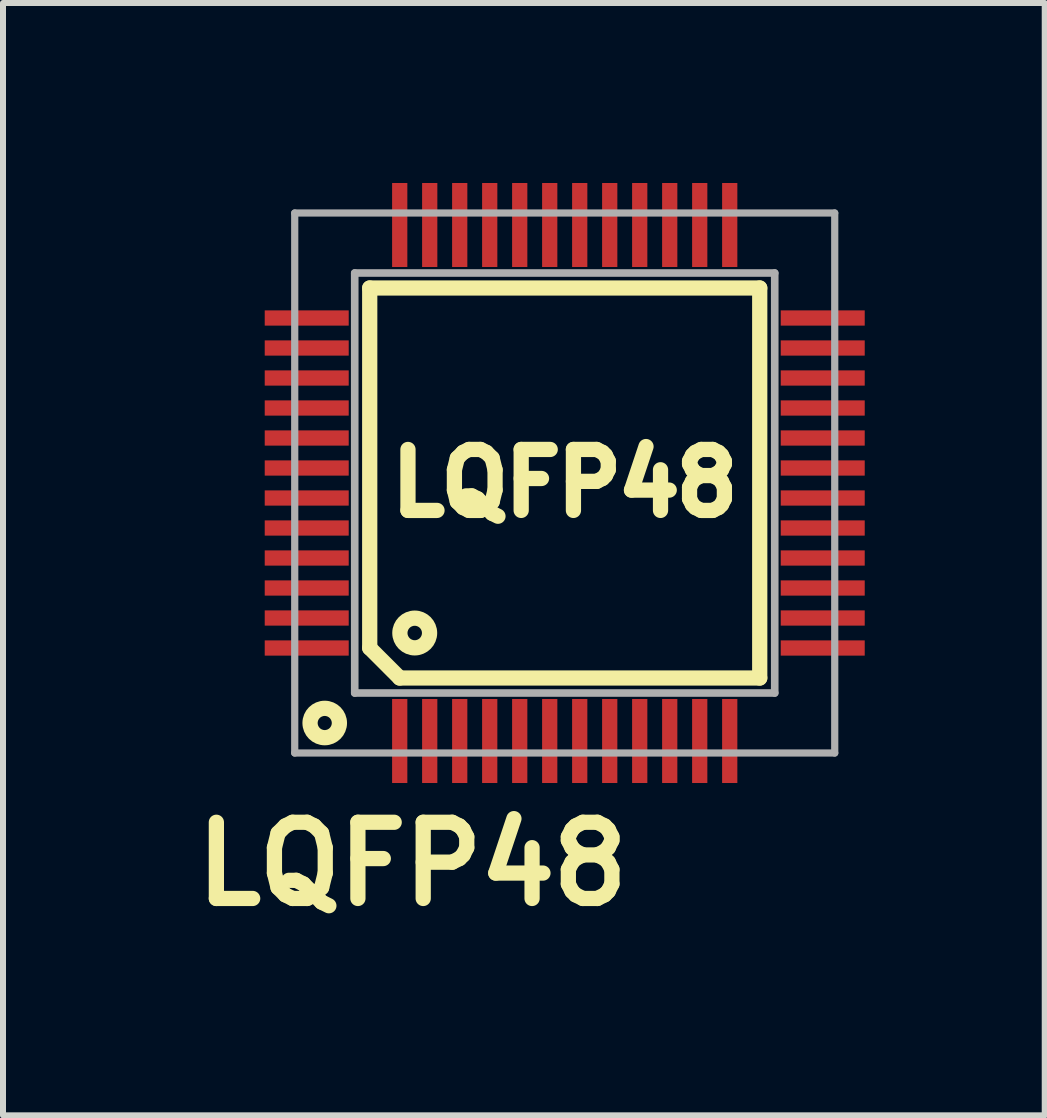
<source format=kicad_pcb>
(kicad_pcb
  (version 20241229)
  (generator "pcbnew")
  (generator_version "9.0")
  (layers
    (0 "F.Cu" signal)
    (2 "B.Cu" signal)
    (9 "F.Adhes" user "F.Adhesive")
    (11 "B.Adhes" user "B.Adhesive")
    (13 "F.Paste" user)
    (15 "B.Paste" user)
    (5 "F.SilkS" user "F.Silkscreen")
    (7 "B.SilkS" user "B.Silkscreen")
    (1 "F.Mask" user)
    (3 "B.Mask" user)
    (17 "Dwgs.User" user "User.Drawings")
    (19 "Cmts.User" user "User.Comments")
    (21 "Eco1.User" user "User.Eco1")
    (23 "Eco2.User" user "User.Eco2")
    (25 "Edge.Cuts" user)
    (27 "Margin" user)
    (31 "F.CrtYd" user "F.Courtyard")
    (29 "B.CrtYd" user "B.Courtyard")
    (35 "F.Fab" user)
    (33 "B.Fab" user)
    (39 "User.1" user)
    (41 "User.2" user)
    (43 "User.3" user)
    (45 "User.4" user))
  (footprint "LQFP48"
    (layer "F.Cu")
    (at 6.362 5)
    (property "Reference" "LQFP48" (at -2.54 6.35 0) (layer "F.SilkS") (effects (font (size 1.27 1.27) (thickness 0.254))))
    (attr smd)
    (fp_line (start -3.25 -3.25) (end -3.25 2.75) (stroke (width 0.254) (type solid)) (layer "F.SilkS"))
    (fp_line (start -3.25 2.75) (end -2.75 3.25) (stroke (width 0.254) (type solid)) (layer "F.SilkS"))
    (fp_line (start -2.75 3.25) (end 3.25 3.25) (stroke (width 0.254) (type solid)) (layer "F.SilkS"))
    (fp_line (start 3.25 -3.25) (end -3.25 -3.25) (stroke (width 0.254) (type solid)) (layer "F.SilkS"))
    (fp_line (start 3.25 3.25) (end 3.25 -3.25) (stroke (width 0.254) (type solid)) (layer "F.SilkS"))
    (fp_circle (center -4 4) (end -4.173 4.173) (stroke (width 0.254) (type solid)) (fill no) (layer "F.SilkS"))
    (fp_circle (center -2.5 2.5) (end -2.675 2.675) (stroke (width 0.254) (type solid)) (fill no) (layer "F.SilkS"))
    (fp_line (start -4.5 -4.5) (end 4.5 -4.5) (stroke (width 0.12) (type solid)) (layer "F.Fab"))
    (fp_line (start -4.5 4.5) (end -4.5 -4.5) (stroke (width 0.12) (type solid)) (layer "F.Fab"))
    (fp_line (start -4.5 4.5) (end 4.5 4.5) (stroke (width 0.12) (type solid)) (layer "F.Fab"))
    (fp_line (start -3.5 -3.5) (end -3.5 3.5) (stroke (width 0.127) (type solid)) (layer "F.Fab"))
    (fp_line (start -3.5 -3.5) (end 3.5 -3.5) (stroke (width 0.127) (type solid)) (layer "F.Fab"))
    (fp_line (start 3.5 -3.5) (end 3.5 3.5) (stroke (width 0.127) (type solid)) (layer "F.Fab"))
    (fp_line (start 3.5 3.5) (end -3.5 3.5) (stroke (width 0.127) (type solid)) (layer "F.Fab"))
    (fp_line (start 4.5 4.5) (end 4.5 -4.5) (stroke (width 0.12) (type solid)) (layer "F.Fab"))
    (fp_text user "LQFP48" (at 0 0 0) (layer "F.SilkS") (effects (font (size 1.016 1.016) (thickness 0.254))))
    (pad "1" smd rect (at -2.75 4.3 90) (size 1.4 0.254) (layers "F.Cu" "F.Mask" "F.Paste"))
    (pad "2" smd rect (at -2.25 4.3 90) (size 1.4 0.254) (layers "F.Cu" "F.Mask" "F.Paste"))
    (pad "3" smd rect (at -1.75 4.3 90) (size 1.4 0.254) (layers "F.Cu" "F.Mask" "F.Paste"))
    (pad "4" smd rect (at -1.25 4.3 90) (size 1.4 0.254) (layers "F.Cu" "F.Mask" "F.Paste"))
    (pad "5" smd rect (at -0.75 4.3 90) (size 1.4 0.254) (layers "F.Cu" "F.Mask" "F.Paste"))
    (pad "6" smd rect (at -0.25 4.3 90) (size 1.4 0.254) (layers "F.Cu" "F.Mask" "F.Paste"))
    (pad "7" smd rect (at 0.25 4.3 90) (size 1.4 0.254) (layers "F.Cu" "F.Mask" "F.Paste"))
    (pad "8" smd rect (at 0.75 4.3 90) (size 1.4 0.254) (layers "F.Cu" "F.Mask" "F.Paste"))
    (pad "9" smd rect (at 1.25 4.3 90) (size 1.4 0.254) (layers "F.Cu" "F.Mask" "F.Paste"))
    (pad "10" smd rect (at 1.75 4.3 90) (size 1.4 0.254) (layers "F.Cu" "F.Mask" "F.Paste"))
    (pad "11" smd rect (at 2.25 4.3 90) (size 1.4 0.254) (layers "F.Cu" "F.Mask" "F.Paste"))
    (pad "12" smd rect (at 2.75 4.3 90) (size 1.4 0.254) (layers "F.Cu" "F.Mask" "F.Paste"))
    (pad "13" smd rect (at 4.3 2.75 180) (size 1.4 0.254) (layers "F.Cu" "F.Mask" "F.Paste"))
    (pad "14" smd rect (at 4.3 2.25 180) (size 1.4 0.254) (layers "F.Cu" "F.Mask" "F.Paste"))
    (pad "15" smd rect (at 4.3 1.75 180) (size 1.4 0.254) (layers "F.Cu" "F.Mask" "F.Paste"))
    (pad "16" smd rect (at 4.3 1.25 180) (size 1.4 0.254) (layers "F.Cu" "F.Mask" "F.Paste"))
    (pad "17" smd rect (at 4.3 0.75 180) (size 1.4 0.254) (layers "F.Cu" "F.Mask" "F.Paste"))
    (pad "18" smd rect (at 4.3 0.25 180) (size 1.4 0.254) (layers "F.Cu" "F.Mask" "F.Paste"))
    (pad "19" smd rect (at 4.3 -0.25 180) (size 1.4 0.254) (layers "F.Cu" "F.Mask" "F.Paste"))
    (pad "20" smd rect (at 4.3 -0.75 180) (size 1.4 0.254) (layers "F.Cu" "F.Mask" "F.Paste"))
    (pad "21" smd rect (at 4.3 -1.25 180) (size 1.4 0.254) (layers "F.Cu" "F.Mask" "F.Paste"))
    (pad "22" smd rect (at 4.3 -1.75 180) (size 1.4 0.254) (layers "F.Cu" "F.Mask" "F.Paste"))
    (pad "23" smd rect (at 4.3 -2.25 180) (size 1.4 0.254) (layers "F.Cu" "F.Mask" "F.Paste"))
    (pad "24" smd rect (at 4.3 -2.75 180) (size 1.4 0.254) (layers "F.Cu" "F.Mask" "F.Paste"))
    (pad "25" smd rect (at 2.75 -4.3 270) (size 1.4 0.254) (layers "F.Cu" "F.Mask" "F.Paste"))
    (pad "26" smd rect (at 2.25 -4.3 270) (size 1.4 0.254) (layers "F.Cu" "F.Mask" "F.Paste"))
    (pad "27" smd rect (at 1.75 -4.3 270) (size 1.4 0.254) (layers "F.Cu" "F.Mask" "F.Paste"))
    (pad "28" smd rect (at 1.25 -4.3 270) (size 1.4 0.254) (layers "F.Cu" "F.Mask" "F.Paste"))
    (pad "29" smd rect (at 0.75 -4.3 270) (size 1.4 0.254) (layers "F.Cu" "F.Mask" "F.Paste"))
    (pad "30" smd rect (at 0.25 -4.3 270) (size 1.4 0.254) (layers "F.Cu" "F.Mask" "F.Paste"))
    (pad "31" smd rect (at -0.25 -4.3 270) (size 1.4 0.254) (layers "F.Cu" "F.Mask" "F.Paste"))
    (pad "32" smd rect (at -0.75 -4.3 270) (size 1.4 0.254) (layers "F.Cu" "F.Mask" "F.Paste"))
    (pad "33" smd rect (at -1.25 -4.3 270) (size 1.4 0.254) (layers "F.Cu" "F.Mask" "F.Paste"))
    (pad "34" smd rect (at -1.75 -4.3 270) (size 1.4 0.254) (layers "F.Cu" "F.Mask" "F.Paste"))
    (pad "35" smd rect (at -2.25 -4.3 270) (size 1.4 0.254) (layers "F.Cu" "F.Mask" "F.Paste"))
    (pad "36" smd rect (at -2.75 -4.3 270) (size 1.4 0.254) (layers "F.Cu" "F.Mask" "F.Paste"))
    (pad "37" smd rect (at -4.3 -2.75) (size 1.4 0.254) (layers "F.Cu" "F.Mask" "F.Paste"))
    (pad "38" smd rect (at -4.3 -2.25) (size 1.4 0.254) (layers "F.Cu" "F.Mask" "F.Paste"))
    (pad "39" smd rect (at -4.3 -1.75) (size 1.4 0.254) (layers "F.Cu" "F.Mask" "F.Paste"))
    (pad "40" smd rect (at -4.3 -1.25) (size 1.4 0.254) (layers "F.Cu" "F.Mask" "F.Paste"))
    (pad "41" smd rect (at -4.3 -0.75) (size 1.4 0.254) (layers "F.Cu" "F.Mask" "F.Paste"))
    (pad "42" smd rect (at -4.3 -0.25) (size 1.4 0.254) (layers "F.Cu" "F.Mask" "F.Paste"))
    (pad "43" smd rect (at -4.3 0.25) (size 1.4 0.254) (layers "F.Cu" "F.Mask" "F.Paste"))
    (pad "44" smd rect (at -4.3 0.75) (size 1.4 0.254) (layers "F.Cu" "F.Mask" "F.Paste"))
    (pad "45" smd rect (at -4.3 1.25) (size 1.4 0.254) (layers "F.Cu" "F.Mask" "F.Paste"))
    (pad "46" smd rect (at -4.3 1.75) (size 1.4 0.254) (layers "F.Cu" "F.Mask" "F.Paste"))
    (pad "47" smd rect (at -4.3 2.25) (size 1.4 0.254) (layers "F.Cu" "F.Mask" "F.Paste"))
    (pad "48" smd rect (at -4.3 2.75) (size 1.4 0.254) (layers "F.Cu" "F.Mask" "F.Paste")))
  (gr_rect
    (start -3 -3)
    (end 14.362 15.539)
    (stroke (width 0.1) (type default))
    (fill no)
    (layer "Edge.Cuts")))
</source>
